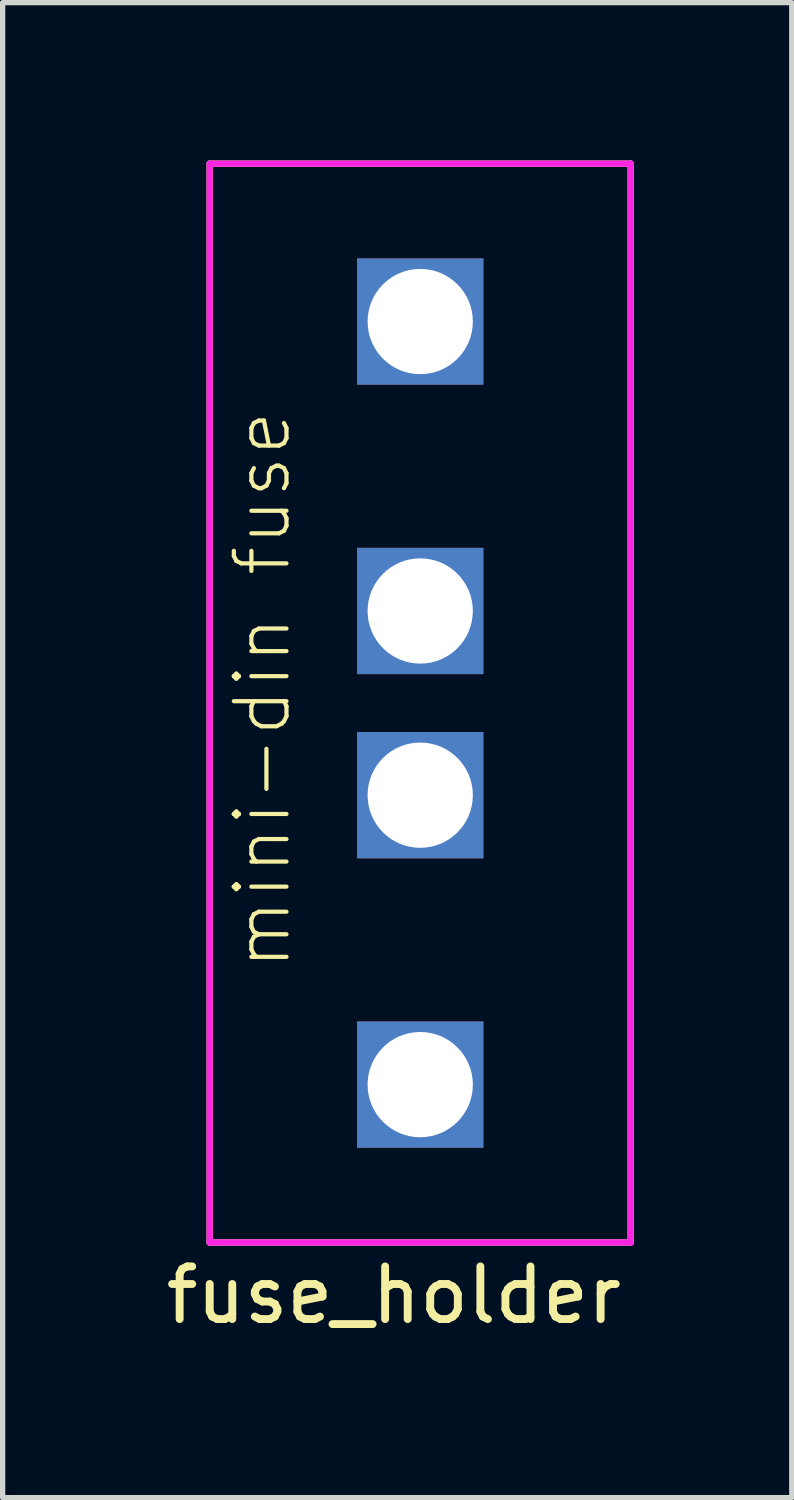
<source format=kicad_pcb>
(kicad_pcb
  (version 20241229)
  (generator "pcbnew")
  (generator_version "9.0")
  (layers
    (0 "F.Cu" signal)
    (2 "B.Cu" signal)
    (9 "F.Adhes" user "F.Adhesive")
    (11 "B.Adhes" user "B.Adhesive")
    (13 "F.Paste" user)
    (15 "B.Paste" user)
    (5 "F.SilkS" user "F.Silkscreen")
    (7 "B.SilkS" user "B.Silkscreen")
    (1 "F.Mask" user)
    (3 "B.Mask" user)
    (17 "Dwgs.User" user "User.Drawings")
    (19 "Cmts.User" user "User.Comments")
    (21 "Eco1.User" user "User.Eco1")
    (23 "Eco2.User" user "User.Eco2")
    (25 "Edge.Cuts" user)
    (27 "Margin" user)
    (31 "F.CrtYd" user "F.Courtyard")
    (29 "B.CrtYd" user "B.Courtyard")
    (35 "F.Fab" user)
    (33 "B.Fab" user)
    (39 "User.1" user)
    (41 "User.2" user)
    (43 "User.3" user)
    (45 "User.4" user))
  (footprint "fuse_holder"
    (layer "F.Cu")
    (at 0.935 20.56)
    (property "Reference" "fuse_holder" (at 3.5 1 0) (layer "F.SilkS") (effects (font (size 1 1) (thickness 0.15))))
    (attr through_hole)
    (fp_line (start 0 0) (end 0 -20.5) (stroke (width 0.12) (type solid)) (layer "F.SilkS"))
    (fp_line (start 8 -20.5) (end 0 -20.5) (stroke (width 0.12) (type solid)) (layer "F.SilkS"))
    (fp_line (start 8 0) (end 0 0) (stroke (width 0.12) (type solid)) (layer "F.SilkS"))
    (fp_line (start 8 0) (end 8 -20.5) (stroke (width 0.12) (type solid)) (layer "F.SilkS"))
    (fp_line (start 0 0) (end 0 -20.5) (stroke (width 0.12) (type solid)) (layer "F.CrtYd"))
    (fp_line (start 8 -20.5) (end 0 -20.5) (stroke (width 0.12) (type solid)) (layer "F.CrtYd"))
    (fp_line (start 8 0) (end 0 0) (stroke (width 0.12) (type solid)) (layer "F.CrtYd"))
    (fp_line (start 8 0) (end 8 -20.5) (stroke (width 0.12) (type solid)) (layer "F.CrtYd"))
    (fp_text user "mini-din fuse" (at 1 -10.5 270) (layer "F.SilkS") (effects (font (size 1 1) (thickness 0.08))))
    (pad "1" thru_hole rect (at 4 -8.5) (size 2.4 2.4) (drill 2) (layers "*.Cu" "*.Mask"))
    (pad "1" thru_hole rect (at 4 -3) (size 2.4 2.4) (drill 2) (layers "*.Cu" "*.Mask"))
    (pad "2" thru_hole rect (at 4 -17.5) (size 2.4 2.4) (drill 2) (layers "*.Cu" "*.Mask"))
    (pad "2" thru_hole rect (at 4 -12) (size 2.4 2.4) (drill 2) (layers "*.Cu" "*.Mask")))
  (gr_rect
    (start -3 -3)
    (end 11.995 25.408)
    (stroke (width 0.1) (type default))
    (fill no)
    (layer "Edge.Cuts")))
</source>
